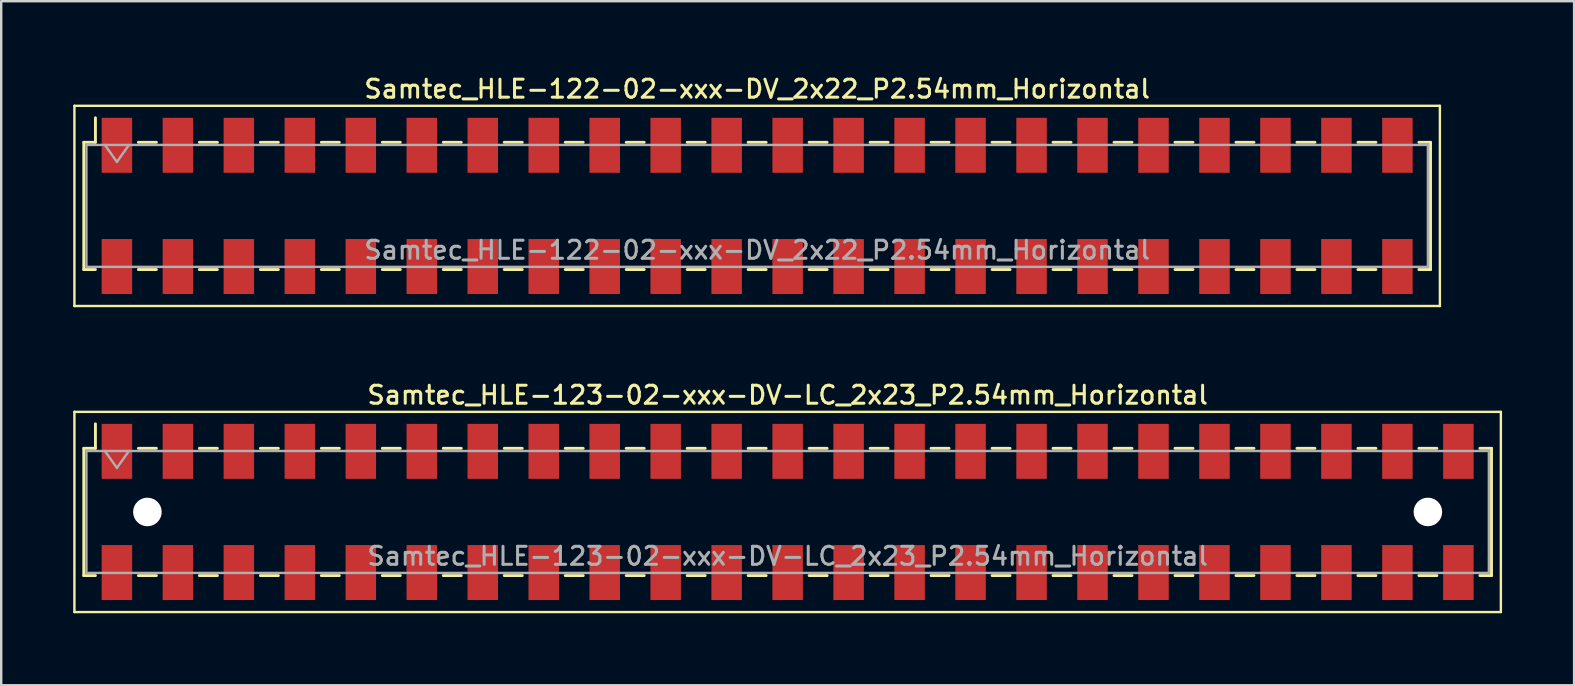
<source format=kicad_pcb>
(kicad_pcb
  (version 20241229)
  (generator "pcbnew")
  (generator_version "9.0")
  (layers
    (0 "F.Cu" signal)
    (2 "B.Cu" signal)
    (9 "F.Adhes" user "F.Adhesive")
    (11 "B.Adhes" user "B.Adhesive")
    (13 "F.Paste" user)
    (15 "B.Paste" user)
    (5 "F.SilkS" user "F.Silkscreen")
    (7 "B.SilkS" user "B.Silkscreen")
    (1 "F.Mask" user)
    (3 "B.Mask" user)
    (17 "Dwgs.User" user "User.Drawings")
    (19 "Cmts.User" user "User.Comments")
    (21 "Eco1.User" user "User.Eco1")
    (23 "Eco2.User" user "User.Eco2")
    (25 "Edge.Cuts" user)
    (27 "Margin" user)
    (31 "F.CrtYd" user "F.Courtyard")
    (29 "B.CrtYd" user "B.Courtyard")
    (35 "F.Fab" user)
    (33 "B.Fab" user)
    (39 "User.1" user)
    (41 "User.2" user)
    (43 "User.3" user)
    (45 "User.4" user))
  (footprint "Samtec_HLE-122-02-xxx-DV_2x22_P2.54mm_Horizontal"
    (layer "F.Cu")
    (at 28.49 5.528)
    (property "Reference" "Samtec_HLE-122-02-xxx-DV_2x22_P2.54mm_Horizontal" (at 0 -4.87 0) (layer "F.SilkS") (effects (font (size 0.75 0.75) (thickness 0.125))))
    (attr smd)
    (fp_line (start -28.44 -4.17) (end 28.44 -4.17) (stroke (width 0.1) (type solid)) (layer "F.SilkS"))
    (fp_line (start -28.44 4.17) (end -28.44 -4.17) (stroke (width 0.1) (type solid)) (layer "F.SilkS"))
    (fp_line (start -28.05 -2.65) (end -28.05 2.65) (stroke (width 0.12) (type solid)) (layer "F.SilkS"))
    (fp_line (start -28.05 2.65) (end -27.565 2.65) (stroke (width 0.12) (type solid)) (layer "F.SilkS"))
    (fp_line (start -27.565 -3.67) (end -27.565 -2.65) (stroke (width 0.12) (type solid)) (layer "F.SilkS"))
    (fp_line (start -27.565 -2.65) (end -28.05 -2.65) (stroke (width 0.12) (type solid)) (layer "F.SilkS"))
    (fp_line (start -25.775 -2.65) (end -25.025 -2.65) (stroke (width 0.12) (type solid)) (layer "F.SilkS"))
    (fp_line (start -25.775 2.65) (end -25.025 2.65) (stroke (width 0.12) (type solid)) (layer "F.SilkS"))
    (fp_line (start -23.235 -2.65) (end -22.485 -2.65) (stroke (width 0.12) (type solid)) (layer "F.SilkS"))
    (fp_line (start -23.235 2.65) (end -22.485 2.65) (stroke (width 0.12) (type solid)) (layer "F.SilkS"))
    (fp_line (start -20.695 -2.65) (end -19.945 -2.65) (stroke (width 0.12) (type solid)) (layer "F.SilkS"))
    (fp_line (start -20.695 2.65) (end -19.945 2.65) (stroke (width 0.12) (type solid)) (layer "F.SilkS"))
    (fp_line (start -18.155 -2.65) (end -17.405 -2.65) (stroke (width 0.12) (type solid)) (layer "F.SilkS"))
    (fp_line (start -18.155 2.65) (end -17.405 2.65) (stroke (width 0.12) (type solid)) (layer "F.SilkS"))
    (fp_line (start -15.615 -2.65) (end -14.865 -2.65) (stroke (width 0.12) (type solid)) (layer "F.SilkS"))
    (fp_line (start -15.615 2.65) (end -14.865 2.65) (stroke (width 0.12) (type solid)) (layer "F.SilkS"))
    (fp_line (start -13.075 -2.65) (end -12.325 -2.65) (stroke (width 0.12) (type solid)) (layer "F.SilkS"))
    (fp_line (start -13.075 2.65) (end -12.325 2.65) (stroke (width 0.12) (type solid)) (layer "F.SilkS"))
    (fp_line (start -10.535 -2.65) (end -9.785 -2.65) (stroke (width 0.12) (type solid)) (layer "F.SilkS"))
    (fp_line (start -10.535 2.65) (end -9.785 2.65) (stroke (width 0.12) (type solid)) (layer "F.SilkS"))
    (fp_line (start -7.995 -2.65) (end -7.245 -2.65) (stroke (width 0.12) (type solid)) (layer "F.SilkS"))
    (fp_line (start -7.995 2.65) (end -7.245 2.65) (stroke (width 0.12) (type solid)) (layer "F.SilkS"))
    (fp_line (start -5.455 -2.65) (end -4.705 -2.65) (stroke (width 0.12) (type solid)) (layer "F.SilkS"))
    (fp_line (start -5.455 2.65) (end -4.705 2.65) (stroke (width 0.12) (type solid)) (layer "F.SilkS"))
    (fp_line (start -2.915 -2.65) (end -2.165 -2.65) (stroke (width 0.12) (type solid)) (layer "F.SilkS"))
    (fp_line (start -2.915 2.65) (end -2.165 2.65) (stroke (width 0.12) (type solid)) (layer "F.SilkS"))
    (fp_line (start -0.375 -2.65) (end 0.375 -2.65) (stroke (width 0.12) (type solid)) (layer "F.SilkS"))
    (fp_line (start -0.375 2.65) (end 0.375 2.65) (stroke (width 0.12) (type solid)) (layer "F.SilkS"))
    (fp_line (start 2.165 -2.65) (end 2.915 -2.65) (stroke (width 0.12) (type solid)) (layer "F.SilkS"))
    (fp_line (start 2.165 2.65) (end 2.915 2.65) (stroke (width 0.12) (type solid)) (layer "F.SilkS"))
    (fp_line (start 4.705 -2.65) (end 5.455 -2.65) (stroke (width 0.12) (type solid)) (layer "F.SilkS"))
    (fp_line (start 4.705 2.65) (end 5.455 2.65) (stroke (width 0.12) (type solid)) (layer "F.SilkS"))
    (fp_line (start 7.245 -2.65) (end 7.995 -2.65) (stroke (width 0.12) (type solid)) (layer "F.SilkS"))
    (fp_line (start 7.245 2.65) (end 7.995 2.65) (stroke (width 0.12) (type solid)) (layer "F.SilkS"))
    (fp_line (start 9.785 -2.65) (end 10.535 -2.65) (stroke (width 0.12) (type solid)) (layer "F.SilkS"))
    (fp_line (start 9.785 2.65) (end 10.535 2.65) (stroke (width 0.12) (type solid)) (layer "F.SilkS"))
    (fp_line (start 12.325 -2.65) (end 13.075 -2.65) (stroke (width 0.12) (type solid)) (layer "F.SilkS"))
    (fp_line (start 12.325 2.65) (end 13.075 2.65) (stroke (width 0.12) (type solid)) (layer "F.SilkS"))
    (fp_line (start 14.865 -2.65) (end 15.615 -2.65) (stroke (width 0.12) (type solid)) (layer "F.SilkS"))
    (fp_line (start 14.865 2.65) (end 15.615 2.65) (stroke (width 0.12) (type solid)) (layer "F.SilkS"))
    (fp_line (start 17.405 -2.65) (end 18.155 -2.65) (stroke (width 0.12) (type solid)) (layer "F.SilkS"))
    (fp_line (start 17.405 2.65) (end 18.155 2.65) (stroke (width 0.12) (type solid)) (layer "F.SilkS"))
    (fp_line (start 19.945 -2.65) (end 20.695 -2.65) (stroke (width 0.12) (type solid)) (layer "F.SilkS"))
    (fp_line (start 19.945 2.65) (end 20.695 2.65) (stroke (width 0.12) (type solid)) (layer "F.SilkS"))
    (fp_line (start 22.485 -2.65) (end 23.235 -2.65) (stroke (width 0.12) (type solid)) (layer "F.SilkS"))
    (fp_line (start 22.485 2.65) (end 23.235 2.65) (stroke (width 0.12) (type solid)) (layer "F.SilkS"))
    (fp_line (start 25.025 -2.65) (end 25.775 -2.65) (stroke (width 0.12) (type solid)) (layer "F.SilkS"))
    (fp_line (start 25.025 2.65) (end 25.775 2.65) (stroke (width 0.12) (type solid)) (layer "F.SilkS"))
    (fp_line (start 27.565 -2.65) (end 28.05 -2.65) (stroke (width 0.12) (type solid)) (layer "F.SilkS"))
    (fp_line (start 28.05 -2.65) (end 28.05 2.65) (stroke (width 0.12) (type solid)) (layer "F.SilkS"))
    (fp_line (start 28.05 2.65) (end 27.565 2.65) (stroke (width 0.12) (type solid)) (layer "F.SilkS"))
    (fp_line (start 28.44 -4.17) (end 28.44 4.17) (stroke (width 0.1) (type solid)) (layer "F.SilkS"))
    (fp_line (start 28.44 4.17) (end -28.44 4.17) (stroke (width 0.1) (type solid)) (layer "F.SilkS"))
    (fp_line (start -27.94 -2.54) (end 27.94 -2.54) (stroke (width 0.1) (type solid)) (layer "F.Fab"))
    (fp_line (start -27.94 2.54) (end -27.94 -2.54) (stroke (width 0.1) (type solid)) (layer "F.Fab"))
    (fp_line (start -27.17 -2.54) (end -26.67 -1.833) (stroke (width 0.1) (type solid)) (layer "F.Fab"))
    (fp_line (start -26.67 -1.833) (end -26.17 -2.54) (stroke (width 0.1) (type solid)) (layer "F.Fab"))
    (fp_line (start 27.94 -2.54) (end 27.94 2.54) (stroke (width 0.1) (type solid)) (layer "F.Fab"))
    (fp_line (start 27.94 2.54) (end -27.94 2.54) (stroke (width 0.1) (type solid)) (layer "F.Fab"))
    (fp_text user "${REFERENCE}" (at 0 1.84 0) (layer "F.Fab") (effects (font (size 0.75 0.75) (thickness 0.125))))
    (pad "1" smd rect (at -26.67 -2.525) (size 1.27 2.29) (layers "F.Cu" "F.Mask" "F.Paste"))
    (pad "2" smd rect (at -26.67 2.525) (size 1.27 2.29) (layers "F.Cu" "F.Mask" "F.Paste"))
    (pad "3" smd rect (at -24.13 -2.525) (size 1.27 2.29) (layers "F.Cu" "F.Mask" "F.Paste"))
    (pad "4" smd rect (at -24.13 2.525) (size 1.27 2.29) (layers "F.Cu" "F.Mask" "F.Paste"))
    (pad "5" smd rect (at -21.59 -2.525) (size 1.27 2.29) (layers "F.Cu" "F.Mask" "F.Paste"))
    (pad "6" smd rect (at -21.59 2.525) (size 1.27 2.29) (layers "F.Cu" "F.Mask" "F.Paste"))
    (pad "7" smd rect (at -19.05 -2.525) (size 1.27 2.29) (layers "F.Cu" "F.Mask" "F.Paste"))
    (pad "8" smd rect (at -19.05 2.525) (size 1.27 2.29) (layers "F.Cu" "F.Mask" "F.Paste"))
    (pad "9" smd rect (at -16.51 -2.525) (size 1.27 2.29) (layers "F.Cu" "F.Mask" "F.Paste"))
    (pad "10" smd rect (at -16.51 2.525) (size 1.27 2.29) (layers "F.Cu" "F.Mask" "F.Paste"))
    (pad "11" smd rect (at -13.97 -2.525) (size 1.27 2.29) (layers "F.Cu" "F.Mask" "F.Paste"))
    (pad "12" smd rect (at -13.97 2.525) (size 1.27 2.29) (layers "F.Cu" "F.Mask" "F.Paste"))
    (pad "13" smd rect (at -11.43 -2.525) (size 1.27 2.29) (layers "F.Cu" "F.Mask" "F.Paste"))
    (pad "14" smd rect (at -11.43 2.525) (size 1.27 2.29) (layers "F.Cu" "F.Mask" "F.Paste"))
    (pad "15" smd rect (at -8.89 -2.525) (size 1.27 2.29) (layers "F.Cu" "F.Mask" "F.Paste"))
    (pad "16" smd rect (at -8.89 2.525) (size 1.27 2.29) (layers "F.Cu" "F.Mask" "F.Paste"))
    (pad "17" smd rect (at -6.35 -2.525) (size 1.27 2.29) (layers "F.Cu" "F.Mask" "F.Paste"))
    (pad "18" smd rect (at -6.35 2.525) (size 1.27 2.29) (layers "F.Cu" "F.Mask" "F.Paste"))
    (pad "19" smd rect (at -3.81 -2.525) (size 1.27 2.29) (layers "F.Cu" "F.Mask" "F.Paste"))
    (pad "20" smd rect (at -3.81 2.525) (size 1.27 2.29) (layers "F.Cu" "F.Mask" "F.Paste"))
    (pad "21" smd rect (at -1.27 -2.525) (size 1.27 2.29) (layers "F.Cu" "F.Mask" "F.Paste"))
    (pad "22" smd rect (at -1.27 2.525) (size 1.27 2.29) (layers "F.Cu" "F.Mask" "F.Paste"))
    (pad "23" smd rect (at 1.27 -2.525) (size 1.27 2.29) (layers "F.Cu" "F.Mask" "F.Paste"))
    (pad "24" smd rect (at 1.27 2.525) (size 1.27 2.29) (layers "F.Cu" "F.Mask" "F.Paste"))
    (pad "25" smd rect (at 3.81 -2.525) (size 1.27 2.29) (layers "F.Cu" "F.Mask" "F.Paste"))
    (pad "26" smd rect (at 3.81 2.525) (size 1.27 2.29) (layers "F.Cu" "F.Mask" "F.Paste"))
    (pad "27" smd rect (at 6.35 -2.525) (size 1.27 2.29) (layers "F.Cu" "F.Mask" "F.Paste"))
    (pad "28" smd rect (at 6.35 2.525) (size 1.27 2.29) (layers "F.Cu" "F.Mask" "F.Paste"))
    (pad "29" smd rect (at 8.89 -2.525) (size 1.27 2.29) (layers "F.Cu" "F.Mask" "F.Paste"))
    (pad "30" smd rect (at 8.89 2.525) (size 1.27 2.29) (layers "F.Cu" "F.Mask" "F.Paste"))
    (pad "31" smd rect (at 11.43 -2.525) (size 1.27 2.29) (layers "F.Cu" "F.Mask" "F.Paste"))
    (pad "32" smd rect (at 11.43 2.525) (size 1.27 2.29) (layers "F.Cu" "F.Mask" "F.Paste"))
    (pad "33" smd rect (at 13.97 -2.525) (size 1.27 2.29) (layers "F.Cu" "F.Mask" "F.Paste"))
    (pad "34" smd rect (at 13.97 2.525) (size 1.27 2.29) (layers "F.Cu" "F.Mask" "F.Paste"))
    (pad "35" smd rect (at 16.51 -2.525) (size 1.27 2.29) (layers "F.Cu" "F.Mask" "F.Paste"))
    (pad "36" smd rect (at 16.51 2.525) (size 1.27 2.29) (layers "F.Cu" "F.Mask" "F.Paste"))
    (pad "37" smd rect (at 19.05 -2.525) (size 1.27 2.29) (layers "F.Cu" "F.Mask" "F.Paste"))
    (pad "38" smd rect (at 19.05 2.525) (size 1.27 2.29) (layers "F.Cu" "F.Mask" "F.Paste"))
    (pad "39" smd rect (at 21.59 -2.525) (size 1.27 2.29) (layers "F.Cu" "F.Mask" "F.Paste"))
    (pad "40" smd rect (at 21.59 2.525) (size 1.27 2.29) (layers "F.Cu" "F.Mask" "F.Paste"))
    (pad "41" smd rect (at 24.13 -2.525) (size 1.27 2.29) (layers "F.Cu" "F.Mask" "F.Paste"))
    (pad "42" smd rect (at 24.13 2.525) (size 1.27 2.29) (layers "F.Cu" "F.Mask" "F.Paste"))
    (pad "43" smd rect (at 26.67 -2.525) (size 1.27 2.29) (layers "F.Cu" "F.Mask" "F.Paste"))
    (pad "44" smd rect (at 26.67 2.525) (size 1.27 2.29) (layers "F.Cu" "F.Mask" "F.Paste")))
  (footprint "Samtec_HLE-123-02-xxx-DV-LC_2x23_P2.54mm_Horizontal"
    (layer "F.Cu")
    (at 29.76 18.276)
    (property "Reference" "Samtec_HLE-123-02-xxx-DV-LC_2x23_P2.54mm_Horizontal" (at 0 -4.87 0) (layer "F.SilkS") (effects (font (size 0.75 0.75) (thickness 0.125))))
    (attr smd)
    (fp_line (start -29.71 -4.17) (end 29.71 -4.17) (stroke (width 0.1) (type solid)) (layer "F.SilkS"))
    (fp_line (start -29.71 4.17) (end -29.71 -4.17) (stroke (width 0.1) (type solid)) (layer "F.SilkS"))
    (fp_line (start -29.32 -2.65) (end -29.32 2.65) (stroke (width 0.12) (type solid)) (layer "F.SilkS"))
    (fp_line (start -29.32 2.65) (end -28.835 2.65) (stroke (width 0.12) (type solid)) (layer "F.SilkS"))
    (fp_line (start -28.835 -3.67) (end -28.835 -2.65) (stroke (width 0.12) (type solid)) (layer "F.SilkS"))
    (fp_line (start -28.835 -2.65) (end -29.32 -2.65) (stroke (width 0.12) (type solid)) (layer "F.SilkS"))
    (fp_line (start -27.045 -2.65) (end -26.295 -2.65) (stroke (width 0.12) (type solid)) (layer "F.SilkS"))
    (fp_line (start -27.045 2.65) (end -26.295 2.65) (stroke (width 0.12) (type solid)) (layer "F.SilkS"))
    (fp_line (start -24.505 -2.65) (end -23.755 -2.65) (stroke (width 0.12) (type solid)) (layer "F.SilkS"))
    (fp_line (start -24.505 2.65) (end -23.755 2.65) (stroke (width 0.12) (type solid)) (layer "F.SilkS"))
    (fp_line (start -21.965 -2.65) (end -21.215 -2.65) (stroke (width 0.12) (type solid)) (layer "F.SilkS"))
    (fp_line (start -21.965 2.65) (end -21.215 2.65) (stroke (width 0.12) (type solid)) (layer "F.SilkS"))
    (fp_line (start -19.425 -2.65) (end -18.675 -2.65) (stroke (width 0.12) (type solid)) (layer "F.SilkS"))
    (fp_line (start -19.425 2.65) (end -18.675 2.65) (stroke (width 0.12) (type solid)) (layer "F.SilkS"))
    (fp_line (start -16.885 -2.65) (end -16.135 -2.65) (stroke (width 0.12) (type solid)) (layer "F.SilkS"))
    (fp_line (start -16.885 2.65) (end -16.135 2.65) (stroke (width 0.12) (type solid)) (layer "F.SilkS"))
    (fp_line (start -14.345 -2.65) (end -13.595 -2.65) (stroke (width 0.12) (type solid)) (layer "F.SilkS"))
    (fp_line (start -14.345 2.65) (end -13.595 2.65) (stroke (width 0.12) (type solid)) (layer "F.SilkS"))
    (fp_line (start -11.805 -2.65) (end -11.055 -2.65) (stroke (width 0.12) (type solid)) (layer "F.SilkS"))
    (fp_line (start -11.805 2.65) (end -11.055 2.65) (stroke (width 0.12) (type solid)) (layer "F.SilkS"))
    (fp_line (start -9.265 -2.65) (end -8.515 -2.65) (stroke (width 0.12) (type solid)) (layer "F.SilkS"))
    (fp_line (start -9.265 2.65) (end -8.515 2.65) (stroke (width 0.12) (type solid)) (layer "F.SilkS"))
    (fp_line (start -6.725 -2.65) (end -5.975 -2.65) (stroke (width 0.12) (type solid)) (layer "F.SilkS"))
    (fp_line (start -6.725 2.65) (end -5.975 2.65) (stroke (width 0.12) (type solid)) (layer "F.SilkS"))
    (fp_line (start -4.185 -2.65) (end -3.435 -2.65) (stroke (width 0.12) (type solid)) (layer "F.SilkS"))
    (fp_line (start -4.185 2.65) (end -3.435 2.65) (stroke (width 0.12) (type solid)) (layer "F.SilkS"))
    (fp_line (start -1.645 -2.65) (end -0.895 -2.65) (stroke (width 0.12) (type solid)) (layer "F.SilkS"))
    (fp_line (start -1.645 2.65) (end -0.895 2.65) (stroke (width 0.12) (type solid)) (layer "F.SilkS"))
    (fp_line (start 0.895 -2.65) (end 1.645 -2.65) (stroke (width 0.12) (type solid)) (layer "F.SilkS"))
    (fp_line (start 0.895 2.65) (end 1.645 2.65) (stroke (width 0.12) (type solid)) (layer "F.SilkS"))
    (fp_line (start 3.435 -2.65) (end 4.185 -2.65) (stroke (width 0.12) (type solid)) (layer "F.SilkS"))
    (fp_line (start 3.435 2.65) (end 4.185 2.65) (stroke (width 0.12) (type solid)) (layer "F.SilkS"))
    (fp_line (start 5.975 -2.65) (end 6.725 -2.65) (stroke (width 0.12) (type solid)) (layer "F.SilkS"))
    (fp_line (start 5.975 2.65) (end 6.725 2.65) (stroke (width 0.12) (type solid)) (layer "F.SilkS"))
    (fp_line (start 8.515 -2.65) (end 9.265 -2.65) (stroke (width 0.12) (type solid)) (layer "F.SilkS"))
    (fp_line (start 8.515 2.65) (end 9.265 2.65) (stroke (width 0.12) (type solid)) (layer "F.SilkS"))
    (fp_line (start 11.055 -2.65) (end 11.805 -2.65) (stroke (width 0.12) (type solid)) (layer "F.SilkS"))
    (fp_line (start 11.055 2.65) (end 11.805 2.65) (stroke (width 0.12) (type solid)) (layer "F.SilkS"))
    (fp_line (start 13.595 -2.65) (end 14.345 -2.65) (stroke (width 0.12) (type solid)) (layer "F.SilkS"))
    (fp_line (start 13.595 2.65) (end 14.345 2.65) (stroke (width 0.12) (type solid)) (layer "F.SilkS"))
    (fp_line (start 16.135 -2.65) (end 16.885 -2.65) (stroke (width 0.12) (type solid)) (layer "F.SilkS"))
    (fp_line (start 16.135 2.65) (end 16.885 2.65) (stroke (width 0.12) (type solid)) (layer "F.SilkS"))
    (fp_line (start 18.675 -2.65) (end 19.425 -2.65) (stroke (width 0.12) (type solid)) (layer "F.SilkS"))
    (fp_line (start 18.675 2.65) (end 19.425 2.65) (stroke (width 0.12) (type solid)) (layer "F.SilkS"))
    (fp_line (start 21.215 -2.65) (end 21.965 -2.65) (stroke (width 0.12) (type solid)) (layer "F.SilkS"))
    (fp_line (start 21.215 2.65) (end 21.965 2.65) (stroke (width 0.12) (type solid)) (layer "F.SilkS"))
    (fp_line (start 23.755 -2.65) (end 24.505 -2.65) (stroke (width 0.12) (type solid)) (layer "F.SilkS"))
    (fp_line (start 23.755 2.65) (end 24.505 2.65) (stroke (width 0.12) (type solid)) (layer "F.SilkS"))
    (fp_line (start 26.295 -2.65) (end 27.045 -2.65) (stroke (width 0.12) (type solid)) (layer "F.SilkS"))
    (fp_line (start 26.295 2.65) (end 27.045 2.65) (stroke (width 0.12) (type solid)) (layer "F.SilkS"))
    (fp_line (start 28.835 -2.65) (end 29.32 -2.65) (stroke (width 0.12) (type solid)) (layer "F.SilkS"))
    (fp_line (start 29.32 -2.65) (end 29.32 2.65) (stroke (width 0.12) (type solid)) (layer "F.SilkS"))
    (fp_line (start 29.32 2.65) (end 28.835 2.65) (stroke (width 0.12) (type solid)) (layer "F.SilkS"))
    (fp_line (start 29.71 -4.17) (end 29.71 4.17) (stroke (width 0.1) (type solid)) (layer "F.SilkS"))
    (fp_line (start 29.71 4.17) (end -29.71 4.17) (stroke (width 0.1) (type solid)) (layer "F.SilkS"))
    (fp_line (start -29.21 -2.54) (end 29.21 -2.54) (stroke (width 0.1) (type solid)) (layer "F.Fab"))
    (fp_line (start -29.21 2.54) (end -29.21 -2.54) (stroke (width 0.1) (type solid)) (layer "F.Fab"))
    (fp_line (start -28.44 -2.54) (end -27.94 -1.833) (stroke (width 0.1) (type solid)) (layer "F.Fab"))
    (fp_line (start -27.94 -1.833) (end -27.44 -2.54) (stroke (width 0.1) (type solid)) (layer "F.Fab"))
    (fp_line (start 29.21 -2.54) (end 29.21 2.54) (stroke (width 0.1) (type solid)) (layer "F.Fab"))
    (fp_line (start 29.21 2.54) (end -29.21 2.54) (stroke (width 0.1) (type solid)) (layer "F.Fab"))
    (fp_text user "${REFERENCE}" (at 0 1.84 0) (layer "F.Fab") (effects (font (size 0.75 0.75) (thickness 0.125))))
    (pad "" np_thru_hole circle (at -26.67 0) (size 1.19 1.19) (drill 1.19) (layers "*.Cu" "*.Mask"))
    (pad "" np_thru_hole circle (at 26.67 0) (size 1.19 1.19) (drill 1.19) (layers "*.Cu" "*.Mask"))
    (pad "1" smd rect (at -27.94 -2.525) (size 1.27 2.29) (layers "F.Cu" "F.Mask" "F.Paste"))
    (pad "2" smd rect (at -27.94 2.525) (size 1.27 2.29) (layers "F.Cu" "F.Mask" "F.Paste"))
    (pad "3" smd rect (at -25.4 -2.525) (size 1.27 2.29) (layers "F.Cu" "F.Mask" "F.Paste"))
    (pad "4" smd rect (at -25.4 2.525) (size 1.27 2.29) (layers "F.Cu" "F.Mask" "F.Paste"))
    (pad "5" smd rect (at -22.86 -2.525) (size 1.27 2.29) (layers "F.Cu" "F.Mask" "F.Paste"))
    (pad "6" smd rect (at -22.86 2.525) (size 1.27 2.29) (layers "F.Cu" "F.Mask" "F.Paste"))
    (pad "7" smd rect (at -20.32 -2.525) (size 1.27 2.29) (layers "F.Cu" "F.Mask" "F.Paste"))
    (pad "8" smd rect (at -20.32 2.525) (size 1.27 2.29) (layers "F.Cu" "F.Mask" "F.Paste"))
    (pad "9" smd rect (at -17.78 -2.525) (size 1.27 2.29) (layers "F.Cu" "F.Mask" "F.Paste"))
    (pad "10" smd rect (at -17.78 2.525) (size 1.27 2.29) (layers "F.Cu" "F.Mask" "F.Paste"))
    (pad "11" smd rect (at -15.24 -2.525) (size 1.27 2.29) (layers "F.Cu" "F.Mask" "F.Paste"))
    (pad "12" smd rect (at -15.24 2.525) (size 1.27 2.29) (layers "F.Cu" "F.Mask" "F.Paste"))
    (pad "13" smd rect (at -12.7 -2.525) (size 1.27 2.29) (layers "F.Cu" "F.Mask" "F.Paste"))
    (pad "14" smd rect (at -12.7 2.525) (size 1.27 2.29) (layers "F.Cu" "F.Mask" "F.Paste"))
    (pad "15" smd rect (at -10.16 -2.525) (size 1.27 2.29) (layers "F.Cu" "F.Mask" "F.Paste"))
    (pad "16" smd rect (at -10.16 2.525) (size 1.27 2.29) (layers "F.Cu" "F.Mask" "F.Paste"))
    (pad "17" smd rect (at -7.62 -2.525) (size 1.27 2.29) (layers "F.Cu" "F.Mask" "F.Paste"))
    (pad "18" smd rect (at -7.62 2.525) (size 1.27 2.29) (layers "F.Cu" "F.Mask" "F.Paste"))
    (pad "19" smd rect (at -5.08 -2.525) (size 1.27 2.29) (layers "F.Cu" "F.Mask" "F.Paste"))
    (pad "20" smd rect (at -5.08 2.525) (size 1.27 2.29) (layers "F.Cu" "F.Mask" "F.Paste"))
    (pad "21" smd rect (at -2.54 -2.525) (size 1.27 2.29) (layers "F.Cu" "F.Mask" "F.Paste"))
    (pad "22" smd rect (at -2.54 2.525) (size 1.27 2.29) (layers "F.Cu" "F.Mask" "F.Paste"))
    (pad "23" smd rect (at 0 -2.525) (size 1.27 2.29) (layers "F.Cu" "F.Mask" "F.Paste"))
    (pad "24" smd rect (at 0 2.525) (size 1.27 2.29) (layers "F.Cu" "F.Mask" "F.Paste"))
    (pad "25" smd rect (at 2.54 -2.525) (size 1.27 2.29) (layers "F.Cu" "F.Mask" "F.Paste"))
    (pad "26" smd rect (at 2.54 2.525) (size 1.27 2.29) (layers "F.Cu" "F.Mask" "F.Paste"))
    (pad "27" smd rect (at 5.08 -2.525) (size 1.27 2.29) (layers "F.Cu" "F.Mask" "F.Paste"))
    (pad "28" smd rect (at 5.08 2.525) (size 1.27 2.29) (layers "F.Cu" "F.Mask" "F.Paste"))
    (pad "29" smd rect (at 7.62 -2.525) (size 1.27 2.29) (layers "F.Cu" "F.Mask" "F.Paste"))
    (pad "30" smd rect (at 7.62 2.525) (size 1.27 2.29) (layers "F.Cu" "F.Mask" "F.Paste"))
    (pad "31" smd rect (at 10.16 -2.525) (size 1.27 2.29) (layers "F.Cu" "F.Mask" "F.Paste"))
    (pad "32" smd rect (at 10.16 2.525) (size 1.27 2.29) (layers "F.Cu" "F.Mask" "F.Paste"))
    (pad "33" smd rect (at 12.7 -2.525) (size 1.27 2.29) (layers "F.Cu" "F.Mask" "F.Paste"))
    (pad "34" smd rect (at 12.7 2.525) (size 1.27 2.29) (layers "F.Cu" "F.Mask" "F.Paste"))
    (pad "35" smd rect (at 15.24 -2.525) (size 1.27 2.29) (layers "F.Cu" "F.Mask" "F.Paste"))
    (pad "36" smd rect (at 15.24 2.525) (size 1.27 2.29) (layers "F.Cu" "F.Mask" "F.Paste"))
    (pad "37" smd rect (at 17.78 -2.525) (size 1.27 2.29) (layers "F.Cu" "F.Mask" "F.Paste"))
    (pad "38" smd rect (at 17.78 2.525) (size 1.27 2.29) (layers "F.Cu" "F.Mask" "F.Paste"))
    (pad "39" smd rect (at 20.32 -2.525) (size 1.27 2.29) (layers "F.Cu" "F.Mask" "F.Paste"))
    (pad "40" smd rect (at 20.32 2.525) (size 1.27 2.29) (layers "F.Cu" "F.Mask" "F.Paste"))
    (pad "41" smd rect (at 22.86 -2.525) (size 1.27 2.29) (layers "F.Cu" "F.Mask" "F.Paste"))
    (pad "42" smd rect (at 22.86 2.525) (size 1.27 2.29) (layers "F.Cu" "F.Mask" "F.Paste"))
    (pad "43" smd rect (at 25.4 -2.525) (size 1.27 2.29) (layers "F.Cu" "F.Mask" "F.Paste"))
    (pad "44" smd rect (at 25.4 2.525) (size 1.27 2.29) (layers "F.Cu" "F.Mask" "F.Paste"))
    (pad "45" smd rect (at 27.94 -2.525) (size 1.27 2.29) (layers "F.Cu" "F.Mask" "F.Paste"))
    (pad "46" smd rect (at 27.94 2.525) (size 1.27 2.29) (layers "F.Cu" "F.Mask" "F.Paste")))
  (gr_rect
    (start -3 -3)
    (end 62.52 25.496)
    (stroke (width 0.1) (type default))
    (fill no)
    (layer "Edge.Cuts")))
</source>
